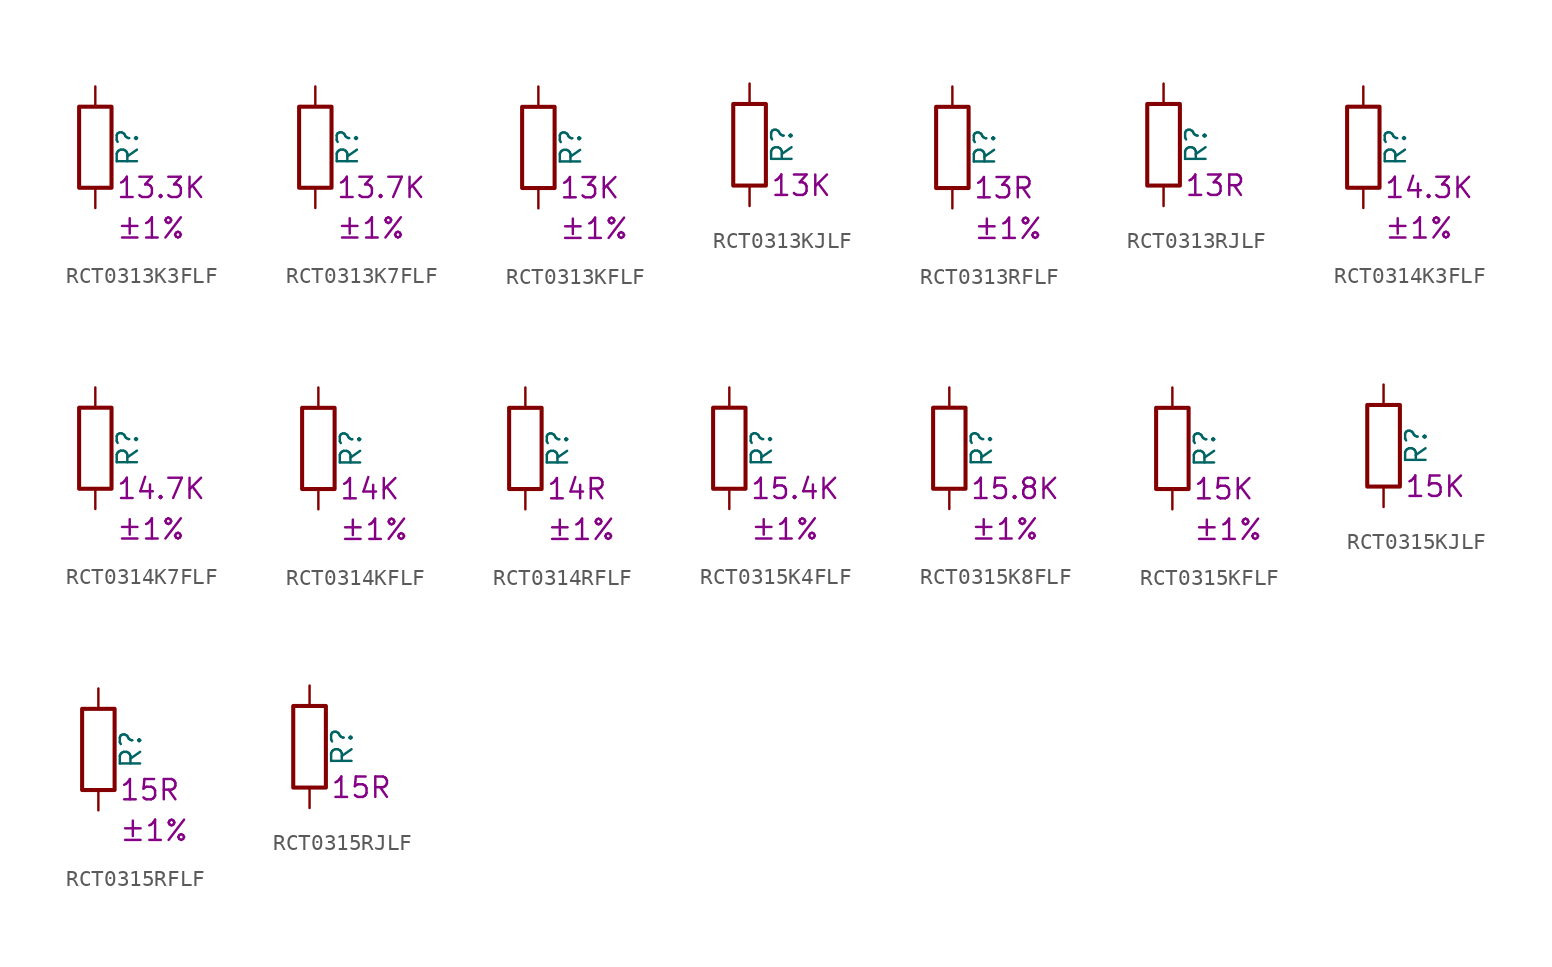
<source format=kicad_sym>
(kicad_symbol_lib
  (version 20220914)
  (generator kicad_symbol_editor)
  (symbol "RCT0313K3FLF"
    (pin_numbers hide)
    (pin_names
      (offset 0))
    (property "Reference" "R"
      (at 2.032 0 90)
      (effects (font (size 1.27 1.27))))
    (property "Resistance" "13.3K"
      (at 1.27 -2.54 0)
      (effects (font (size 1.27 1.27)) (justify left)))
    (property "Tolerance" "±1%"
      (at 1.27 -5.08 0)
      (effects (font (size 1.27 1.27)) (justify left)))
    (symbol "RCT0313K3FLF_0_1"
      (rectangle (start -1.016 -2.54) (end 1.016 2.54) (stroke (width 0.254) (type default)) (fill (type none))))
    (symbol "RCT0313K3FLF_1_1"
      (pin passive line (at 0 3.81 270) (length 1.27) (name "~" (effects (font (size 1.27 1.27)))) (number "1" (effects (font (size 1.27 1.27)))))
      (pin passive line (at 0 -3.81 90) (length 1.27) (name "~" (effects (font (size 1.27 1.27)))) (number "2" (effects (font (size 1.27 1.27)))))))
  (symbol "RCT0313K7FLF"
    (pin_numbers hide)
    (pin_names
      (offset 0))
    (property "Reference" "R"
      (at 2.032 0 90)
      (effects (font (size 1.27 1.27))))
    (property "Resistance" "13.7K"
      (at 1.27 -2.54 0)
      (effects (font (size 1.27 1.27)) (justify left)))
    (property "Tolerance" "±1%"
      (at 1.27 -5.08 0)
      (effects (font (size 1.27 1.27)) (justify left)))
    (symbol "RCT0313K7FLF_0_1"
      (rectangle (start -1.016 -2.54) (end 1.016 2.54) (stroke (width 0.254) (type default)) (fill (type none))))
    (symbol "RCT0313K7FLF_1_1"
      (pin passive line (at 0 3.81 270) (length 1.27) (name "~" (effects (font (size 1.27 1.27)))) (number "1" (effects (font (size 1.27 1.27)))))
      (pin passive line (at 0 -3.81 90) (length 1.27) (name "~" (effects (font (size 1.27 1.27)))) (number "2" (effects (font (size 1.27 1.27)))))))
  (symbol "RCT0313KFLF"
    (pin_numbers hide)
    (pin_names
      (offset 0))
    (property "Reference" "R"
      (at 2.032 0 90)
      (effects (font (size 1.27 1.27))))
    (property "Resistance" "13K"
      (at 1.27 -2.54 0)
      (effects (font (size 1.27 1.27)) (justify left)))
    (property "Tolerance" "±1%"
      (at 1.27 -5.08 0)
      (effects (font (size 1.27 1.27)) (justify left)))
    (symbol "RCT0313KFLF_0_1"
      (rectangle (start -1.016 -2.54) (end 1.016 2.54) (stroke (width 0.254) (type default)) (fill (type none))))
    (symbol "RCT0313KFLF_1_1"
      (pin passive line (at 0 3.81 270) (length 1.27) (name "~" (effects (font (size 1.27 1.27)))) (number "1" (effects (font (size 1.27 1.27)))))
      (pin passive line (at 0 -3.81 90) (length 1.27) (name "~" (effects (font (size 1.27 1.27)))) (number "2" (effects (font (size 1.27 1.27)))))))
  (symbol "RCT0313KJLF"
    (pin_numbers hide)
    (pin_names
      (offset 0))
    (property "Reference" "R"
      (at 2.032 0 90)
      (effects (font (size 1.27 1.27))))
    (property "Resistance" "13K"
      (at 1.27 -2.54 0)
      (effects (font (size 1.27 1.27)) (justify left)))
    (symbol "RCT0313KJLF_0_1"
      (rectangle (start -1.016 -2.54) (end 1.016 2.54) (stroke (width 0.254) (type default)) (fill (type none))))
    (symbol "RCT0313KJLF_1_1"
      (pin passive line (at 0 3.81 270) (length 1.27) (name "~" (effects (font (size 1.27 1.27)))) (number "1" (effects (font (size 1.27 1.27)))))
      (pin passive line (at 0 -3.81 90) (length 1.27) (name "~" (effects (font (size 1.27 1.27)))) (number "2" (effects (font (size 1.27 1.27)))))))
  (symbol "RCT0313RFLF"
    (pin_numbers hide)
    (pin_names
      (offset 0))
    (property "Reference" "R"
      (at 2.032 0 90)
      (effects (font (size 1.27 1.27))))
    (property "Resistance" "13R"
      (at 1.27 -2.54 0)
      (effects (font (size 1.27 1.27)) (justify left)))
    (property "Tolerance" "±1%"
      (at 1.27 -5.08 0)
      (effects (font (size 1.27 1.27)) (justify left)))
    (symbol "RCT0313RFLF_0_1"
      (rectangle (start -1.016 -2.54) (end 1.016 2.54) (stroke (width 0.254) (type default)) (fill (type none))))
    (symbol "RCT0313RFLF_1_1"
      (pin passive line (at 0 3.81 270) (length 1.27) (name "~" (effects (font (size 1.27 1.27)))) (number "1" (effects (font (size 1.27 1.27)))))
      (pin passive line (at 0 -3.81 90) (length 1.27) (name "~" (effects (font (size 1.27 1.27)))) (number "2" (effects (font (size 1.27 1.27)))))))
  (symbol "RCT0313RJLF"
    (pin_numbers hide)
    (pin_names
      (offset 0))
    (property "Reference" "R"
      (at 2.032 0 90)
      (effects (font (size 1.27 1.27))))
    (property "Resistance" "13R"
      (at 1.27 -2.54 0)
      (effects (font (size 1.27 1.27)) (justify left)))
    (symbol "RCT0313RJLF_0_1"
      (rectangle (start -1.016 -2.54) (end 1.016 2.54) (stroke (width 0.254) (type default)) (fill (type none))))
    (symbol "RCT0313RJLF_1_1"
      (pin passive line (at 0 3.81 270) (length 1.27) (name "~" (effects (font (size 1.27 1.27)))) (number "1" (effects (font (size 1.27 1.27)))))
      (pin passive line (at 0 -3.81 90) (length 1.27) (name "~" (effects (font (size 1.27 1.27)))) (number "2" (effects (font (size 1.27 1.27)))))))
  (symbol "RCT0314K3FLF"
    (pin_numbers hide)
    (pin_names
      (offset 0))
    (property "Reference" "R"
      (at 2.032 0 90)
      (effects (font (size 1.27 1.27))))
    (property "Resistance" "14.3K"
      (at 1.27 -2.54 0)
      (effects (font (size 1.27 1.27)) (justify left)))
    (property "Tolerance" "±1%"
      (at 1.27 -5.08 0)
      (effects (font (size 1.27 1.27)) (justify left)))
    (symbol "RCT0314K3FLF_0_1"
      (rectangle (start -1.016 -2.54) (end 1.016 2.54) (stroke (width 0.254) (type default)) (fill (type none))))
    (symbol "RCT0314K3FLF_1_1"
      (pin passive line (at 0 3.81 270) (length 1.27) (name "~" (effects (font (size 1.27 1.27)))) (number "1" (effects (font (size 1.27 1.27)))))
      (pin passive line (at 0 -3.81 90) (length 1.27) (name "~" (effects (font (size 1.27 1.27)))) (number "2" (effects (font (size 1.27 1.27)))))))
  (symbol "RCT0314K7FLF"
    (pin_numbers hide)
    (pin_names
      (offset 0))
    (property "Reference" "R"
      (at 2.032 0 90)
      (effects (font (size 1.27 1.27))))
    (property "Resistance" "14.7K"
      (at 1.27 -2.54 0)
      (effects (font (size 1.27 1.27)) (justify left)))
    (property "Tolerance" "±1%"
      (at 1.27 -5.08 0)
      (effects (font (size 1.27 1.27)) (justify left)))
    (symbol "RCT0314K7FLF_0_1"
      (rectangle (start -1.016 -2.54) (end 1.016 2.54) (stroke (width 0.254) (type default)) (fill (type none))))
    (symbol "RCT0314K7FLF_1_1"
      (pin passive line (at 0 3.81 270) (length 1.27) (name "~" (effects (font (size 1.27 1.27)))) (number "1" (effects (font (size 1.27 1.27)))))
      (pin passive line (at 0 -3.81 90) (length 1.27) (name "~" (effects (font (size 1.27 1.27)))) (number "2" (effects (font (size 1.27 1.27)))))))
  (symbol "RCT0314KFLF"
    (pin_numbers hide)
    (pin_names
      (offset 0))
    (property "Reference" "R"
      (at 2.032 0 90)
      (effects (font (size 1.27 1.27))))
    (property "Resistance" "14K"
      (at 1.27 -2.54 0)
      (effects (font (size 1.27 1.27)) (justify left)))
    (property "Tolerance" "±1%"
      (at 1.27 -5.08 0)
      (effects (font (size 1.27 1.27)) (justify left)))
    (symbol "RCT0314KFLF_0_1"
      (rectangle (start -1.016 -2.54) (end 1.016 2.54) (stroke (width 0.254) (type default)) (fill (type none))))
    (symbol "RCT0314KFLF_1_1"
      (pin passive line (at 0 3.81 270) (length 1.27) (name "~" (effects (font (size 1.27 1.27)))) (number "1" (effects (font (size 1.27 1.27)))))
      (pin passive line (at 0 -3.81 90) (length 1.27) (name "~" (effects (font (size 1.27 1.27)))) (number "2" (effects (font (size 1.27 1.27)))))))
  (symbol "RCT0314RFLF"
    (pin_numbers hide)
    (pin_names
      (offset 0))
    (property "Reference" "R"
      (at 2.032 0 90)
      (effects (font (size 1.27 1.27))))
    (property "Resistance" "14R"
      (at 1.27 -2.54 0)
      (effects (font (size 1.27 1.27)) (justify left)))
    (property "Tolerance" "±1%"
      (at 1.27 -5.08 0)
      (effects (font (size 1.27 1.27)) (justify left)))
    (symbol "RCT0314RFLF_0_1"
      (rectangle (start -1.016 -2.54) (end 1.016 2.54) (stroke (width 0.254) (type default)) (fill (type none))))
    (symbol "RCT0314RFLF_1_1"
      (pin passive line (at 0 3.81 270) (length 1.27) (name "~" (effects (font (size 1.27 1.27)))) (number "1" (effects (font (size 1.27 1.27)))))
      (pin passive line (at 0 -3.81 90) (length 1.27) (name "~" (effects (font (size 1.27 1.27)))) (number "2" (effects (font (size 1.27 1.27)))))))
  (symbol "RCT0315K4FLF"
    (pin_numbers hide)
    (pin_names
      (offset 0))
    (property "Reference" "R"
      (at 2.032 0 90)
      (effects (font (size 1.27 1.27))))
    (property "Resistance" "15.4K"
      (at 1.27 -2.54 0)
      (effects (font (size 1.27 1.27)) (justify left)))
    (property "Tolerance" "±1%"
      (at 1.27 -5.08 0)
      (effects (font (size 1.27 1.27)) (justify left)))
    (symbol "RCT0315K4FLF_0_1"
      (rectangle (start -1.016 -2.54) (end 1.016 2.54) (stroke (width 0.254) (type default)) (fill (type none))))
    (symbol "RCT0315K4FLF_1_1"
      (pin passive line (at 0 3.81 270) (length 1.27) (name "~" (effects (font (size 1.27 1.27)))) (number "1" (effects (font (size 1.27 1.27)))))
      (pin passive line (at 0 -3.81 90) (length 1.27) (name "~" (effects (font (size 1.27 1.27)))) (number "2" (effects (font (size 1.27 1.27)))))))
  (symbol "RCT0315K8FLF"
    (pin_numbers hide)
    (pin_names
      (offset 0))
    (property "Reference" "R"
      (at 2.032 0 90)
      (effects (font (size 1.27 1.27))))
    (property "Resistance" "15.8K"
      (at 1.27 -2.54 0)
      (effects (font (size 1.27 1.27)) (justify left)))
    (property "Tolerance" "±1%"
      (at 1.27 -5.08 0)
      (effects (font (size 1.27 1.27)) (justify left)))
    (symbol "RCT0315K8FLF_0_1"
      (rectangle (start -1.016 -2.54) (end 1.016 2.54) (stroke (width 0.254) (type default)) (fill (type none))))
    (symbol "RCT0315K8FLF_1_1"
      (pin passive line (at 0 3.81 270) (length 1.27) (name "~" (effects (font (size 1.27 1.27)))) (number "1" (effects (font (size 1.27 1.27)))))
      (pin passive line (at 0 -3.81 90) (length 1.27) (name "~" (effects (font (size 1.27 1.27)))) (number "2" (effects (font (size 1.27 1.27)))))))
  (symbol "RCT0315KFLF"
    (pin_numbers hide)
    (pin_names
      (offset 0))
    (property "Reference" "R"
      (at 2.032 0 90)
      (effects (font (size 1.27 1.27))))
    (property "Resistance" "15K"
      (at 1.27 -2.54 0)
      (effects (font (size 1.27 1.27)) (justify left)))
    (property "Tolerance" "±1%"
      (at 1.27 -5.08 0)
      (effects (font (size 1.27 1.27)) (justify left)))
    (symbol "RCT0315KFLF_0_1"
      (rectangle (start -1.016 -2.54) (end 1.016 2.54) (stroke (width 0.254) (type default)) (fill (type none))))
    (symbol "RCT0315KFLF_1_1"
      (pin passive line (at 0 3.81 270) (length 1.27) (name "~" (effects (font (size 1.27 1.27)))) (number "1" (effects (font (size 1.27 1.27)))))
      (pin passive line (at 0 -3.81 90) (length 1.27) (name "~" (effects (font (size 1.27 1.27)))) (number "2" (effects (font (size 1.27 1.27)))))))
  (symbol "RCT0315KJLF"
    (pin_numbers hide)
    (pin_names
      (offset 0))
    (property "Reference" "R"
      (at 2.032 0 90)
      (effects (font (size 1.27 1.27))))
    (property "Resistance" "15K"
      (at 1.27 -2.54 0)
      (effects (font (size 1.27 1.27)) (justify left)))
    (symbol "RCT0315KJLF_0_1"
      (rectangle (start -1.016 -2.54) (end 1.016 2.54) (stroke (width 0.254) (type default)) (fill (type none))))
    (symbol "RCT0315KJLF_1_1"
      (pin passive line (at 0 3.81 270) (length 1.27) (name "~" (effects (font (size 1.27 1.27)))) (number "1" (effects (font (size 1.27 1.27)))))
      (pin passive line (at 0 -3.81 90) (length 1.27) (name "~" (effects (font (size 1.27 1.27)))) (number "2" (effects (font (size 1.27 1.27)))))))
  (symbol "RCT0315RFLF"
    (pin_numbers hide)
    (pin_names
      (offset 0))
    (property "Reference" "R"
      (at 2.032 0 90)
      (effects (font (size 1.27 1.27))))
    (property "Resistance" "15R"
      (at 1.27 -2.54 0)
      (effects (font (size 1.27 1.27)) (justify left)))
    (property "Tolerance" "±1%"
      (at 1.27 -5.08 0)
      (effects (font (size 1.27 1.27)) (justify left)))
    (symbol "RCT0315RFLF_0_1"
      (rectangle (start -1.016 -2.54) (end 1.016 2.54) (stroke (width 0.254) (type default)) (fill (type none))))
    (symbol "RCT0315RFLF_1_1"
      (pin passive line (at 0 3.81 270) (length 1.27) (name "~" (effects (font (size 1.27 1.27)))) (number "1" (effects (font (size 1.27 1.27)))))
      (pin passive line (at 0 -3.81 90) (length 1.27) (name "~" (effects (font (size 1.27 1.27)))) (number "2" (effects (font (size 1.27 1.27)))))))
  (symbol "RCT0315RJLF"
    (pin_numbers hide)
    (pin_names
      (offset 0))
    (property "Reference" "R"
      (at 2.032 0 90)
      (effects (font (size 1.27 1.27))))
    (property "Resistance" "15R"
      (at 1.27 -2.54 0)
      (effects (font (size 1.27 1.27)) (justify left)))
    (symbol "RCT0315RJLF_0_1"
      (rectangle (start -1.016 -2.54) (end 1.016 2.54) (stroke (width 0.254) (type default)) (fill (type none))))
    (symbol "RCT0315RJLF_1_1"
      (pin passive line (at 0 3.81 270) (length 1.27) (name "~" (effects (font (size 1.27 1.27)))) (number "1" (effects (font (size 1.27 1.27)))))
      (pin passive line (at 0 -3.81 90) (length 1.27) (name "~" (effects (font (size 1.27 1.27)))) (number "2" (effects (font (size 1.27 1.27))))))))
</source>
